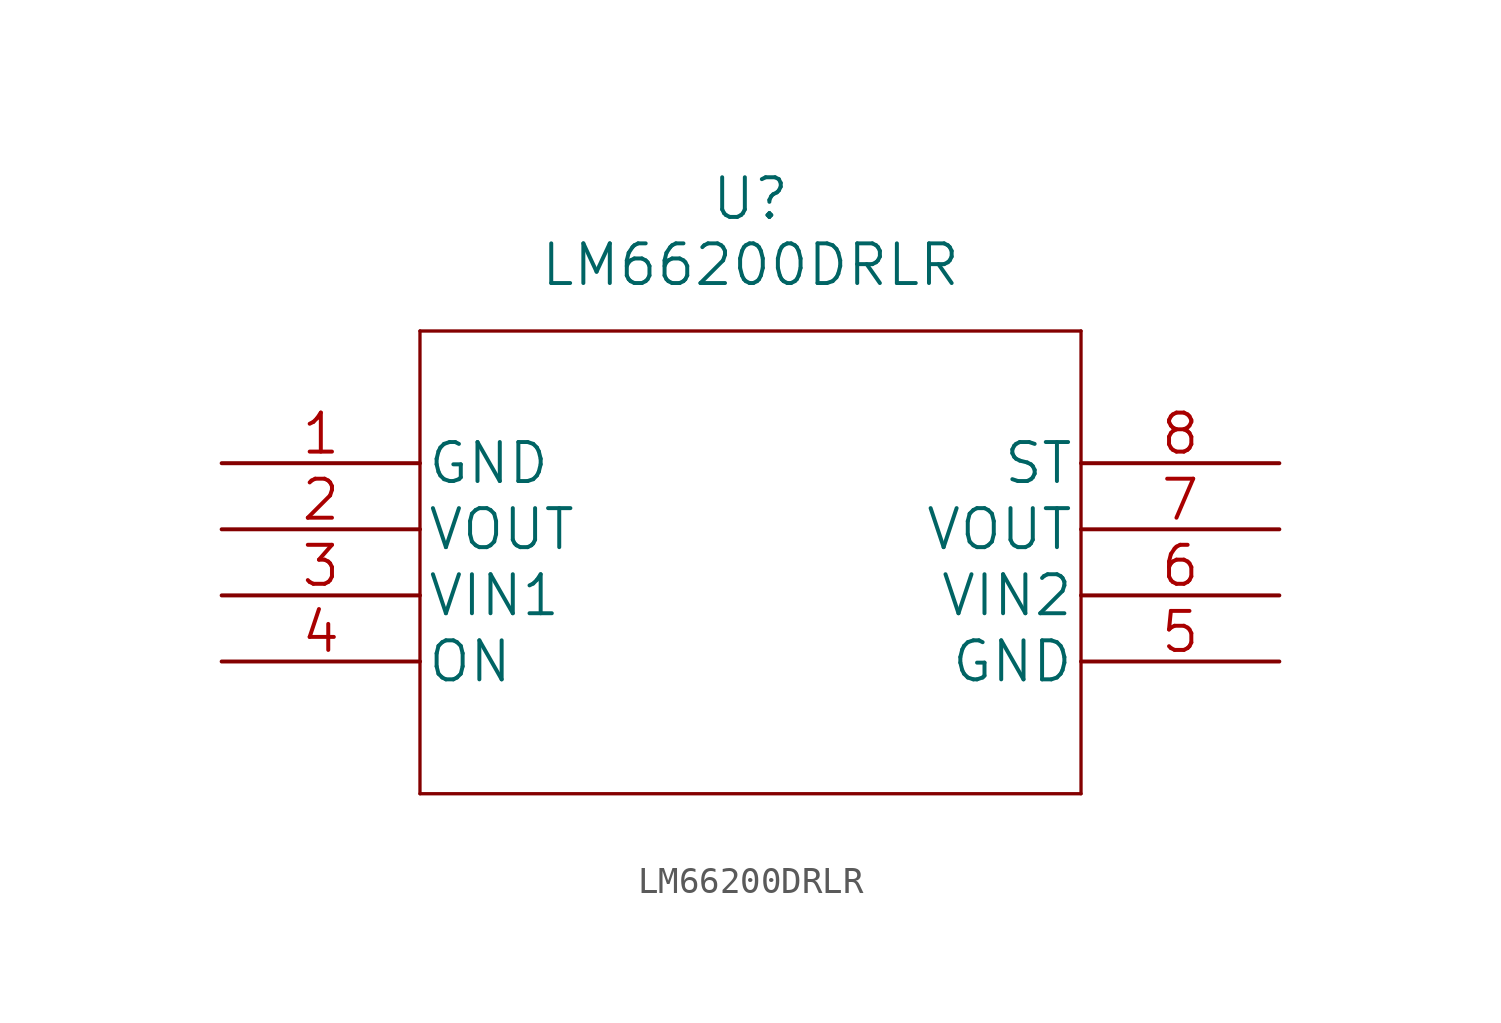
<source format=kicad_sym>
(kicad_symbol_lib
  (version 20211014)
  (generator kicad_symbol_editor)
  (symbol "LM66200DRLR"
    (pin_names
      (offset 0.254))
    (property "Reference" "U"
      (at 20.32 10.16 0)
      (effects (font (size 1.524 1.524))))
    (property "Value" "LM66200DRLR"
      (at 20.32 7.62 0)
      (effects (font (size 1.524 1.524))))
    (property "Datasheet" ""
      (at 0 0 0)
      (effects (font (size 1.524 1.524))))
    (property "ki_locked" ""
      (at 0 0 0)
      (effects (font (size 1.27 1.27))))
    (symbol "LM66200DRLR_1_1"
      (polyline (pts (xy 7.62 -12.7) (xy 33.02 -12.7)) (stroke (width 0.127) (type default) (color 0 0 0 0)) (fill (type none)))
      (polyline (pts (xy 7.62 5.08) (xy 7.62 -12.7)) (stroke (width 0.127) (type default) (color 0 0 0 0)) (fill (type none)))
      (polyline (pts (xy 33.02 -12.7) (xy 33.02 5.08)) (stroke (width 0.127) (type default) (color 0 0 0 0)) (fill (type none)))
      (polyline (pts (xy 33.02 5.08) (xy 7.62 5.08)) (stroke (width 0.127) (type default) (color 0 0 0 0)) (fill (type none)))
      (pin power_in line (at 0 0 0) (length 7.62) (name "GND" (effects (font (size 1.499 1.499)))) (number "1" (effects (font (size 1.499 1.499)))))
      (pin power_in line (at 0 -2.54 0) (length 7.62) (name "VOUT" (effects (font (size 1.499 1.499)))) (number "2" (effects (font (size 1.499 1.499)))))
      (pin input line (at 0 -5.08 0) (length 7.62) (name "VIN1" (effects (font (size 1.499 1.499)))) (number "3" (effects (font (size 1.499 1.499)))))
      (pin input line (at 0 -7.62 0) (length 7.62) (name "ON" (effects (font (size 1.499 1.499)))) (number "4" (effects (font (size 1.499 1.499)))))
      (pin power_in line (at 40.64 -7.62 180) (length 7.62) (name "GND" (effects (font (size 1.499 1.499)))) (number "5" (effects (font (size 1.499 1.499)))))
      (pin input line (at 40.64 -5.08 180) (length 7.62) (name "VIN2" (effects (font (size 1.499 1.499)))) (number "6" (effects (font (size 1.499 1.499)))))
      (pin output line (at 40.64 -2.54 180) (length 7.62) (name "VOUT" (effects (font (size 1.499 1.499)))) (number "7" (effects (font (size 1.499 1.499)))))
      (pin output line (at 40.64 0 180) (length 7.62) (name "ST" (effects (font (size 1.499 1.499)))) (number "8" (effects (font (size 1.499 1.499))))))))
</source>
